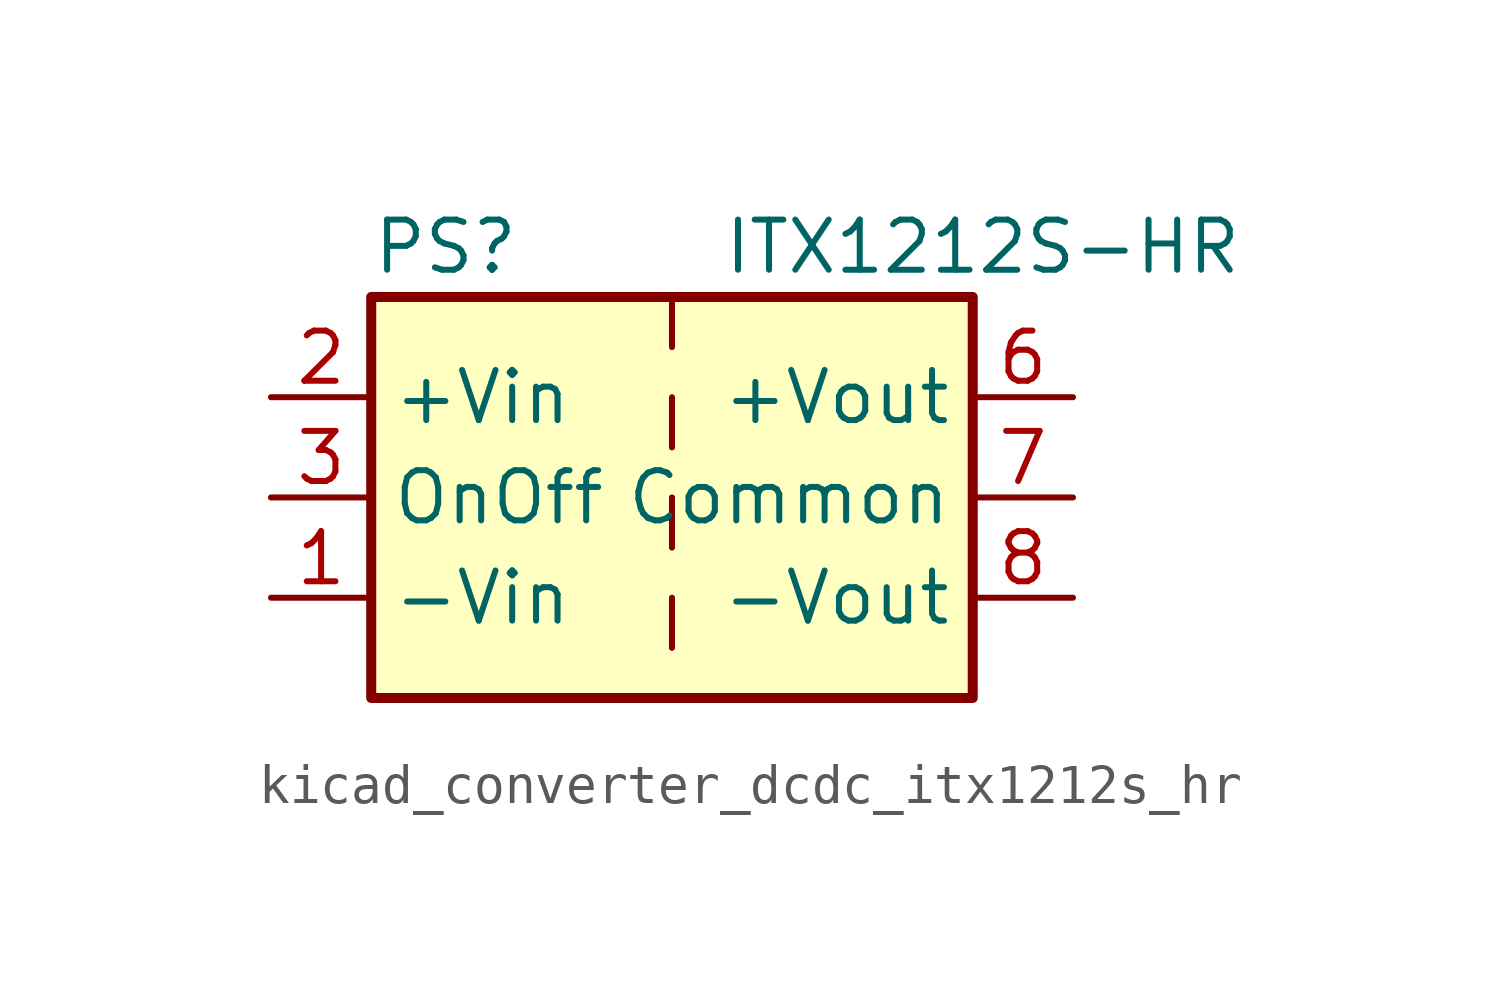
<source format=kicad_sym>
(kicad_symbol_lib
  (version 20220914)
  (generator kicad_symbol_editor)
  (symbol "kicad_converter_dcdc_itx1212s_hr"
    (property "Reference" "PS"
      (at -7.62 6.35 0)
      (effects (font (size 1.27 1.27)) (justify left)))
    (property "Value" "ITX1212S-HR"
      (at 1.27 6.35 0)
      (effects (font (size 1.27 1.27)) (justify left)))
    (symbol "kicad_converter_dcdc_itx1212s_hr_0_0"
      (pin power_in line (at -10.16 -2.54 0) (length 2.54) (name "-Vin" (effects (font (size 1.27 1.27)))) (number "1" (effects (font (size 1.27 1.27)))))
      (pin power_in line (at -10.16 2.54 0) (length 2.54) (name "+Vin" (effects (font (size 1.27 1.27)))) (number "2" (effects (font (size 1.27 1.27)))))
      (pin input line (at -10.16 0 0) (length 2.54) (name "OnOff" (effects (font (size 1.27 1.27)))) (number "3" (effects (font (size 1.27 1.27)))))
      (pin no_connect line (at 0 5.08 270) (length 2.54) hide (name "NC" (effects (font (size 1.27 1.27)))) (number "5" (effects (font (size 1.27 1.27)))))
      (pin power_out line (at 10.16 2.54 180) (length 2.54) (name "+Vout" (effects (font (size 1.27 1.27)))) (number "6" (effects (font (size 1.27 1.27)))))
      (pin power_out line (at 10.16 0 180) (length 2.54) (name "Common" (effects (font (size 1.27 1.27)))) (number "7" (effects (font (size 1.27 1.27)))))
      (pin power_out line (at 10.16 -2.54 180) (length 2.54) (name "-Vout" (effects (font (size 1.27 1.27)))) (number "8" (effects (font (size 1.27 1.27))))))
    (symbol "kicad_converter_dcdc_itx1212s_hr_0_1"
      (rectangle (start -7.62 5.08) (end 7.62 -5.08) (stroke (width 0.254) (type default)) (fill (type background)))
      (polyline (pts (xy 0 -2.54) (xy 0 -3.81)) (stroke (width 0) (type default)) (fill (type none)))
      (polyline (pts (xy 0 0) (xy 0 -1.27)) (stroke (width 0) (type default)) (fill (type none)))
      (polyline (pts (xy 0 2.54) (xy 0 1.27)) (stroke (width 0) (type default)) (fill (type none)))
      (polyline (pts (xy 0 5.08) (xy 0 3.81)) (stroke (width 0) (type default)) (fill (type none))))))
</source>
